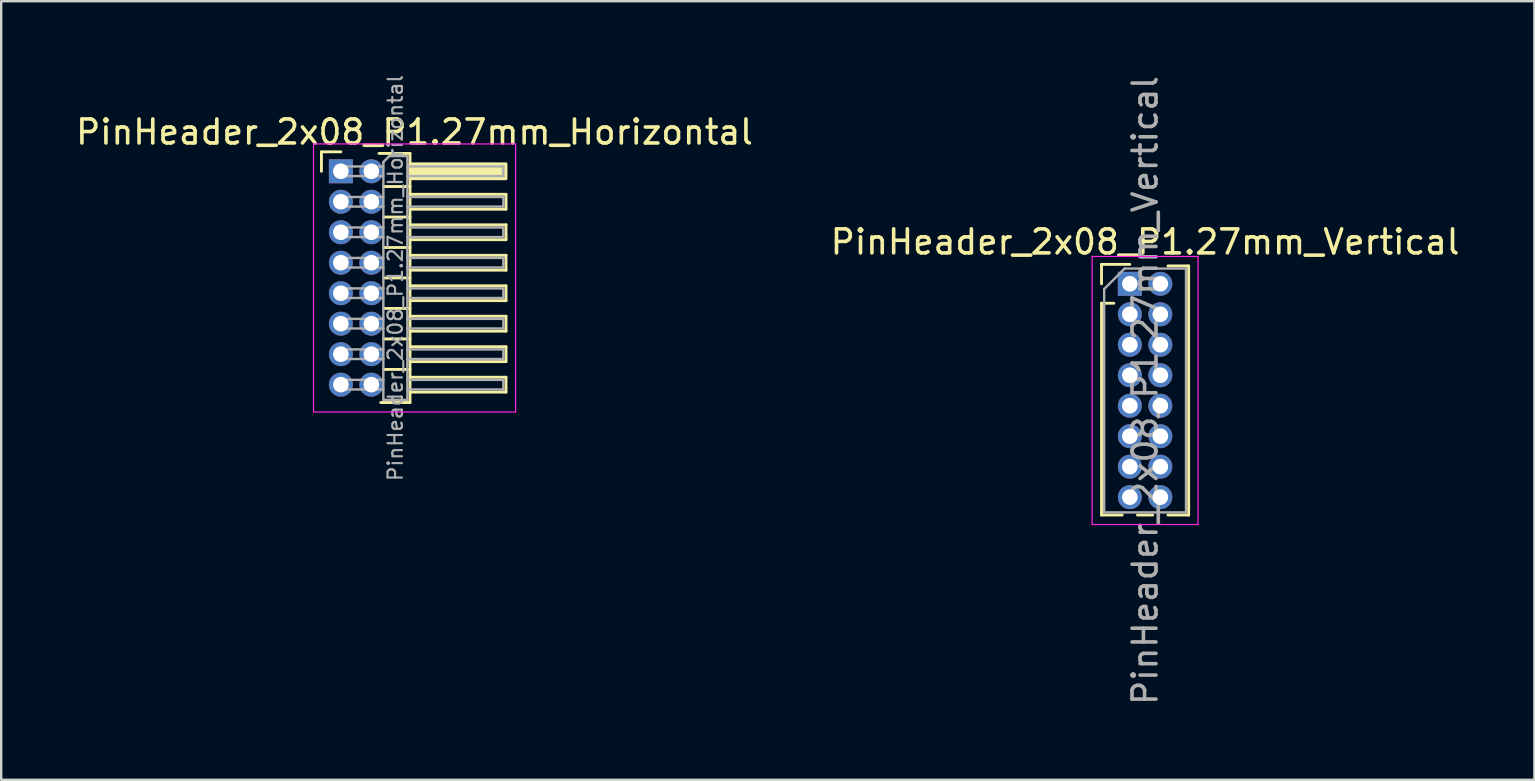
<source format=kicad_pcb>
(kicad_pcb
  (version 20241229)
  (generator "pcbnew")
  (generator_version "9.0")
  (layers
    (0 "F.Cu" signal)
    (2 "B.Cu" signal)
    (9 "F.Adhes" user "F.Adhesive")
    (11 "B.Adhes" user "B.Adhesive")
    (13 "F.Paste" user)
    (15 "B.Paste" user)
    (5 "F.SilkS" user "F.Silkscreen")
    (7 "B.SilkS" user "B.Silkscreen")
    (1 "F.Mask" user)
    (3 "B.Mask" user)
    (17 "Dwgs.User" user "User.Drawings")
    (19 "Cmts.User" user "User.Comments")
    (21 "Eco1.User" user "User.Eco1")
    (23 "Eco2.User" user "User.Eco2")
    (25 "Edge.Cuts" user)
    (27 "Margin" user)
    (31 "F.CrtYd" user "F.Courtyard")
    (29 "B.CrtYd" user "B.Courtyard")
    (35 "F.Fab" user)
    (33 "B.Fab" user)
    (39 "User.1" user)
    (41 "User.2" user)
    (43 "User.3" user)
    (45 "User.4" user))
  (footprint "PinHeader_2x08_P1.27mm_Vertical"
    (layer "F.Cu")
    (at 44.026 8.775)
    (property "Reference" "PinHeader_2x08_P1.27mm_Vertical" (at 0.635 -1.745 0) (layer "F.SilkS") (effects (font (size 1 1) (thickness 0.15))))
    (attr through_hole)
    (fp_line (start -1.18 -0.81) (end 0 -0.81) (stroke (width 0.12) (type solid)) (layer "F.SilkS"))
    (fp_line (start -1.18 0) (end -1.18 -0.81) (stroke (width 0.12) (type solid)) (layer "F.SilkS"))
    (fp_line (start -1.18 0.81) (end -1.18 9.635) (stroke (width 0.12) (type solid)) (layer "F.SilkS"))
    (fp_line (start -1.18 0.81) (end -0.667 0.81) (stroke (width 0.12) (type solid)) (layer "F.SilkS"))
    (fp_line (start -1.18 9.635) (end -0.318 9.635) (stroke (width 0.12) (type solid)) (layer "F.SilkS"))
    (fp_line (start 0.318 9.635) (end 0.952 9.635) (stroke (width 0.12) (type solid)) (layer "F.SilkS"))
    (fp_line (start 1.588 -0.745) (end 2.45 -0.745) (stroke (width 0.12) (type solid)) (layer "F.SilkS"))
    (fp_line (start 1.588 9.635) (end 2.45 9.635) (stroke (width 0.12) (type solid)) (layer "F.SilkS"))
    (fp_line (start 2.45 -0.745) (end 2.45 9.635) (stroke (width 0.12) (type solid)) (layer "F.SilkS"))
    (fp_line (start -1.57 -1.14) (end -1.57 10.03) (stroke (width 0.05) (type solid)) (layer "F.CrtYd"))
    (fp_line (start -1.57 10.03) (end 2.84 10.03) (stroke (width 0.05) (type solid)) (layer "F.CrtYd"))
    (fp_line (start 2.84 -1.14) (end -1.57 -1.14) (stroke (width 0.05) (type solid)) (layer "F.CrtYd"))
    (fp_line (start 2.84 10.03) (end 2.84 -1.14) (stroke (width 0.05) (type solid)) (layer "F.CrtYd"))
    (fp_line (start -1.07 0.217) (end -0.217 -0.635) (stroke (width 0.1) (type solid)) (layer "F.Fab"))
    (fp_line (start -1.07 9.525) (end -1.07 0.217) (stroke (width 0.1) (type solid)) (layer "F.Fab"))
    (fp_line (start -0.217 -0.635) (end 2.34 -0.635) (stroke (width 0.1) (type solid)) (layer "F.Fab"))
    (fp_line (start 2.34 -0.635) (end 2.34 9.525) (stroke (width 0.1) (type solid)) (layer "F.Fab"))
    (fp_line (start 2.34 9.525) (end -1.07 9.525) (stroke (width 0.1) (type solid)) (layer "F.Fab"))
    (fp_text user "${REFERENCE}" (at 0.635 4.445 90) (layer "F.Fab") (effects (font (size 1 1) (thickness 0.15))))
    (pad "1" thru_hole rect (at 0 0) (size 1 1) (drill 0.65) (layers "*.Cu" "*.Mask"))
    (pad "2" thru_hole circle (at 1.27 0) (size 1 1) (drill 0.65) (layers "*.Cu" "*.Mask"))
    (pad "3" thru_hole circle (at 0 1.27) (size 1 1) (drill 0.65) (layers "*.Cu" "*.Mask"))
    (pad "4" thru_hole circle (at 1.27 1.27) (size 1 1) (drill 0.65) (layers "*.Cu" "*.Mask"))
    (pad "5" thru_hole circle (at 0 2.54) (size 1 1) (drill 0.65) (layers "*.Cu" "*.Mask"))
    (pad "6" thru_hole circle (at 1.27 2.54) (size 1 1) (drill 0.65) (layers "*.Cu" "*.Mask"))
    (pad "7" thru_hole circle (at 0 3.81) (size 1 1) (drill 0.65) (layers "*.Cu" "*.Mask"))
    (pad "8" thru_hole circle (at 1.27 3.81) (size 1 1) (drill 0.65) (layers "*.Cu" "*.Mask"))
    (pad "9" thru_hole circle (at 0 5.08) (size 1 1) (drill 0.65) (layers "*.Cu" "*.Mask"))
    (pad "10" thru_hole circle (at 1.27 5.08) (size 1 1) (drill 0.65) (layers "*.Cu" "*.Mask"))
    (pad "11" thru_hole circle (at 0 6.35) (size 1 1) (drill 0.65) (layers "*.Cu" "*.Mask"))
    (pad "12" thru_hole circle (at 1.27 6.35) (size 1 1) (drill 0.65) (layers "*.Cu" "*.Mask"))
    (pad "13" thru_hole circle (at 0 7.62) (size 1 1) (drill 0.65) (layers "*.Cu" "*.Mask"))
    (pad "14" thru_hole circle (at 1.27 7.62) (size 1 1) (drill 0.65) (layers "*.Cu" "*.Mask"))
    (pad "15" thru_hole circle (at 0 8.89) (size 1 1) (drill 0.65) (layers "*.Cu" "*.Mask"))
    (pad "16" thru_hole circle (at 1.27 8.89) (size 1 1) (drill 0.65) (layers "*.Cu" "*.Mask")))
  (footprint "PinHeader_2x08_P1.27mm_Horizontal"
    (layer "F.Cu")
    (at 11.153 4.087)
    (property "Reference" "PinHeader_2x08_P1.27mm_Horizontal" (at 3.067 -1.635 0) (layer "F.SilkS") (effects (font (size 1 1) (thickness 0.15))))
    (attr through_hole)
    (fp_line (start -0.81 -0.81) (end 0 -0.81) (stroke (width 0.12) (type solid)) (layer "F.SilkS"))
    (fp_line (start -0.81 0) (end -0.81 -0.81) (stroke (width 0.12) (type solid)) (layer "F.SilkS"))
    (fp_line (start 1.588 -0.745) (end 2.88 -0.745) (stroke (width 0.12) (type solid)) (layer "F.SilkS"))
    (fp_line (start 1.773 0.635) (end 2.88 0.635) (stroke (width 0.12) (type solid)) (layer "F.SilkS"))
    (fp_line (start 1.773 1.905) (end 2.88 1.905) (stroke (width 0.12) (type solid)) (layer "F.SilkS"))
    (fp_line (start 1.773 3.175) (end 2.88 3.175) (stroke (width 0.12) (type solid)) (layer "F.SilkS"))
    (fp_line (start 1.773 4.445) (end 2.88 4.445) (stroke (width 0.12) (type solid)) (layer "F.SilkS"))
    (fp_line (start 1.773 5.715) (end 2.88 5.715) (stroke (width 0.12) (type solid)) (layer "F.SilkS"))
    (fp_line (start 1.773 6.985) (end 2.88 6.985) (stroke (width 0.12) (type solid)) (layer "F.SilkS"))
    (fp_line (start 1.773 8.255) (end 2.88 8.255) (stroke (width 0.12) (type solid)) (layer "F.SilkS"))
    (fp_line (start 2.88 -0.745) (end 2.88 9.635) (stroke (width 0.12) (type solid)) (layer "F.SilkS"))
    (fp_line (start 2.88 0.96) (end 6.88 0.96) (stroke (width 0.12) (type solid)) (layer "F.SilkS"))
    (fp_line (start 2.88 2.23) (end 6.88 2.23) (stroke (width 0.12) (type solid)) (layer "F.SilkS"))
    (fp_line (start 2.88 3.5) (end 6.88 3.5) (stroke (width 0.12) (type solid)) (layer "F.SilkS"))
    (fp_line (start 2.88 4.77) (end 6.88 4.77) (stroke (width 0.12) (type solid)) (layer "F.SilkS"))
    (fp_line (start 2.88 6.04) (end 6.88 6.04) (stroke (width 0.12) (type solid)) (layer "F.SilkS"))
    (fp_line (start 2.88 7.31) (end 6.88 7.31) (stroke (width 0.12) (type solid)) (layer "F.SilkS"))
    (fp_line (start 2.88 8.58) (end 6.88 8.58) (stroke (width 0.12) (type solid)) (layer "F.SilkS"))
    (fp_line (start 2.88 9.635) (end 1.66 9.635) (stroke (width 0.12) (type solid)) (layer "F.SilkS"))
    (fp_line (start 6.88 0.96) (end 6.88 1.58) (stroke (width 0.12) (type solid)) (layer "F.SilkS"))
    (fp_line (start 6.88 1.58) (end 2.88 1.58) (stroke (width 0.12) (type solid)) (layer "F.SilkS"))
    (fp_line (start 6.88 2.23) (end 6.88 2.85) (stroke (width 0.12) (type solid)) (layer "F.SilkS"))
    (fp_line (start 6.88 2.85) (end 2.88 2.85) (stroke (width 0.12) (type solid)) (layer "F.SilkS"))
    (fp_line (start 6.88 3.5) (end 6.88 4.12) (stroke (width 0.12) (type solid)) (layer "F.SilkS"))
    (fp_line (start 6.88 4.12) (end 2.88 4.12) (stroke (width 0.12) (type solid)) (layer "F.SilkS"))
    (fp_line (start 6.88 4.77) (end 6.88 5.39) (stroke (width 0.12) (type solid)) (layer "F.SilkS"))
    (fp_line (start 6.88 5.39) (end 2.88 5.39) (stroke (width 0.12) (type solid)) (layer "F.SilkS"))
    (fp_line (start 6.88 6.04) (end 6.88 6.66) (stroke (width 0.12) (type solid)) (layer "F.SilkS"))
    (fp_line (start 6.88 6.66) (end 2.88 6.66) (stroke (width 0.12) (type solid)) (layer "F.SilkS"))
    (fp_line (start 6.88 7.31) (end 6.88 7.93) (stroke (width 0.12) (type solid)) (layer "F.SilkS"))
    (fp_line (start 6.88 7.93) (end 2.88 7.93) (stroke (width 0.12) (type solid)) (layer "F.SilkS"))
    (fp_line (start 6.88 8.58) (end 6.88 9.2) (stroke (width 0.12) (type solid)) (layer "F.SilkS"))
    (fp_line (start 6.88 9.2) (end 2.88 9.2) (stroke (width 0.12) (type solid)) (layer "F.SilkS"))
    (fp_rect (start 2.88 -0.31) (end 6.88 0.31) (stroke (width 0.12) (type solid)) (fill yes) (layer "F.SilkS"))
    (fp_line (start -1.14 -1.14) (end -1.14 10.03) (stroke (width 0.05) (type solid)) (layer "F.CrtYd"))
    (fp_line (start -1.14 10.03) (end 7.28 10.03) (stroke (width 0.05) (type solid)) (layer "F.CrtYd"))
    (fp_line (start 7.28 -1.14) (end -1.14 -1.14) (stroke (width 0.05) (type solid)) (layer "F.CrtYd"))
    (fp_line (start 7.28 10.03) (end 7.28 -1.14) (stroke (width 0.05) (type solid)) (layer "F.CrtYd"))
    (fp_line (start -0.2 -0.2) (end -0.2 0.2) (stroke (width 0.1) (type solid)) (layer "F.Fab"))
    (fp_line (start -0.2 -0.2) (end 1.77 -0.2) (stroke (width 0.1) (type solid)) (layer "F.Fab"))
    (fp_line (start -0.2 0.2) (end 1.77 0.2) (stroke (width 0.1) (type solid)) (layer "F.Fab"))
    (fp_line (start -0.2 1.07) (end -0.2 1.47) (stroke (width 0.1) (type solid)) (layer "F.Fab"))
    (fp_line (start -0.2 1.07) (end 1.77 1.07) (stroke (width 0.1) (type solid)) (layer "F.Fab"))
    (fp_line (start -0.2 1.47) (end 1.77 1.47) (stroke (width 0.1) (type solid)) (layer "F.Fab"))
    (fp_line (start -0.2 2.34) (end -0.2 2.74) (stroke (width 0.1) (type solid)) (layer "F.Fab"))
    (fp_line (start -0.2 2.34) (end 1.77 2.34) (stroke (width 0.1) (type solid)) (layer "F.Fab"))
    (fp_line (start -0.2 2.74) (end 1.77 2.74) (stroke (width 0.1) (type solid)) (layer "F.Fab"))
    (fp_line (start -0.2 3.61) (end -0.2 4.01) (stroke (width 0.1) (type solid)) (layer "F.Fab"))
    (fp_line (start -0.2 3.61) (end 1.77 3.61) (stroke (width 0.1) (type solid)) (layer "F.Fab"))
    (fp_line (start -0.2 4.01) (end 1.77 4.01) (stroke (width 0.1) (type solid)) (layer "F.Fab"))
    (fp_line (start -0.2 4.88) (end -0.2 5.28) (stroke (width 0.1) (type solid)) (layer "F.Fab"))
    (fp_line (start -0.2 4.88) (end 1.77 4.88) (stroke (width 0.1) (type solid)) (layer "F.Fab"))
    (fp_line (start -0.2 5.28) (end 1.77 5.28) (stroke (width 0.1) (type solid)) (layer "F.Fab"))
    (fp_line (start -0.2 6.15) (end -0.2 6.55) (stroke (width 0.1) (type solid)) (layer "F.Fab"))
    (fp_line (start -0.2 6.15) (end 1.77 6.15) (stroke (width 0.1) (type solid)) (layer "F.Fab"))
    (fp_line (start -0.2 6.55) (end 1.77 6.55) (stroke (width 0.1) (type solid)) (layer "F.Fab"))
    (fp_line (start -0.2 7.42) (end -0.2 7.82) (stroke (width 0.1) (type solid)) (layer "F.Fab"))
    (fp_line (start -0.2 7.42) (end 1.77 7.42) (stroke (width 0.1) (type solid)) (layer "F.Fab"))
    (fp_line (start -0.2 7.82) (end 1.77 7.82) (stroke (width 0.1) (type solid)) (layer "F.Fab"))
    (fp_line (start -0.2 8.69) (end -0.2 9.09) (stroke (width 0.1) (type solid)) (layer "F.Fab"))
    (fp_line (start -0.2 8.69) (end 1.77 8.69) (stroke (width 0.1) (type solid)) (layer "F.Fab"))
    (fp_line (start -0.2 9.09) (end 1.77 9.09) (stroke (width 0.1) (type solid)) (layer "F.Fab"))
    (fp_line (start 1.77 -0.385) (end 2.02 -0.635) (stroke (width 0.1) (type solid)) (layer "F.Fab"))
    (fp_line (start 1.77 9.525) (end 1.77 -0.385) (stroke (width 0.1) (type solid)) (layer "F.Fab"))
    (fp_line (start 2.02 -0.635) (end 2.77 -0.635) (stroke (width 0.1) (type solid)) (layer "F.Fab"))
    (fp_line (start 2.77 -0.635) (end 2.77 9.525) (stroke (width 0.1) (type solid)) (layer "F.Fab"))
    (fp_line (start 2.77 -0.2) (end 6.77 -0.2) (stroke (width 0.1) (type solid)) (layer "F.Fab"))
    (fp_line (start 2.77 0.2) (end 6.77 0.2) (stroke (width 0.1) (type solid)) (layer "F.Fab"))
    (fp_line (start 2.77 1.07) (end 6.77 1.07) (stroke (width 0.1) (type solid)) (layer "F.Fab"))
    (fp_line (start 2.77 1.47) (end 6.77 1.47) (stroke (width 0.1) (type solid)) (layer "F.Fab"))
    (fp_line (start 2.77 2.34) (end 6.77 2.34) (stroke (width 0.1) (type solid)) (layer "F.Fab"))
    (fp_line (start 2.77 2.74) (end 6.77 2.74) (stroke (width 0.1) (type solid)) (layer "F.Fab"))
    (fp_line (start 2.77 3.61) (end 6.77 3.61) (stroke (width 0.1) (type solid)) (layer "F.Fab"))
    (fp_line (start 2.77 4.01) (end 6.77 4.01) (stroke (width 0.1) (type solid)) (layer "F.Fab"))
    (fp_line (start 2.77 4.88) (end 6.77 4.88) (stroke (width 0.1) (type solid)) (layer "F.Fab"))
    (fp_line (start 2.77 5.28) (end 6.77 5.28) (stroke (width 0.1) (type solid)) (layer "F.Fab"))
    (fp_line (start 2.77 6.15) (end 6.77 6.15) (stroke (width 0.1) (type solid)) (layer "F.Fab"))
    (fp_line (start 2.77 6.55) (end 6.77 6.55) (stroke (width 0.1) (type solid)) (layer "F.Fab"))
    (fp_line (start 2.77 7.42) (end 6.77 7.42) (stroke (width 0.1) (type solid)) (layer "F.Fab"))
    (fp_line (start 2.77 7.82) (end 6.77 7.82) (stroke (width 0.1) (type solid)) (layer "F.Fab"))
    (fp_line (start 2.77 8.69) (end 6.77 8.69) (stroke (width 0.1) (type solid)) (layer "F.Fab"))
    (fp_line (start 2.77 9.09) (end 6.77 9.09) (stroke (width 0.1) (type solid)) (layer "F.Fab"))
    (fp_line (start 2.77 9.525) (end 1.77 9.525) (stroke (width 0.1) (type solid)) (layer "F.Fab"))
    (fp_line (start 6.77 -0.2) (end 6.77 0.2) (stroke (width 0.1) (type solid)) (layer "F.Fab"))
    (fp_line (start 6.77 1.07) (end 6.77 1.47) (stroke (width 0.1) (type solid)) (layer "F.Fab"))
    (fp_line (start 6.77 2.34) (end 6.77 2.74) (stroke (width 0.1) (type solid)) (layer "F.Fab"))
    (fp_line (start 6.77 3.61) (end 6.77 4.01) (stroke (width 0.1) (type solid)) (layer "F.Fab"))
    (fp_line (start 6.77 4.88) (end 6.77 5.28) (stroke (width 0.1) (type solid)) (layer "F.Fab"))
    (fp_line (start 6.77 6.15) (end 6.77 6.55) (stroke (width 0.1) (type solid)) (layer "F.Fab"))
    (fp_line (start 6.77 7.42) (end 6.77 7.82) (stroke (width 0.1) (type solid)) (layer "F.Fab"))
    (fp_line (start 6.77 8.69) (end 6.77 9.09) (stroke (width 0.1) (type solid)) (layer "F.Fab"))
    (fp_text user "${REFERENCE}" (at 2.27 4.445 90) (layer "F.Fab") (effects (font (size 0.6 0.6) (thickness 0.09))))
    (pad "1" thru_hole rect (at 0 0) (size 1 1) (drill 0.65) (layers "*.Cu" "*.Mask"))
    (pad "2" thru_hole circle (at 1.27 0) (size 1 1) (drill 0.65) (layers "*.Cu" "*.Mask"))
    (pad "3" thru_hole circle (at 0 1.27) (size 1 1) (drill 0.65) (layers "*.Cu" "*.Mask"))
    (pad "4" thru_hole circle (at 1.27 1.27) (size 1 1) (drill 0.65) (layers "*.Cu" "*.Mask"))
    (pad "5" thru_hole circle (at 0 2.54) (size 1 1) (drill 0.65) (layers "*.Cu" "*.Mask"))
    (pad "6" thru_hole circle (at 1.27 2.54) (size 1 1) (drill 0.65) (layers "*.Cu" "*.Mask"))
    (pad "7" thru_hole circle (at 0 3.81) (size 1 1) (drill 0.65) (layers "*.Cu" "*.Mask"))
    (pad "8" thru_hole circle (at 1.27 3.81) (size 1 1) (drill 0.65) (layers "*.Cu" "*.Mask"))
    (pad "9" thru_hole circle (at 0 5.08) (size 1 1) (drill 0.65) (layers "*.Cu" "*.Mask"))
    (pad "10" thru_hole circle (at 1.27 5.08) (size 1 1) (drill 0.65) (layers "*.Cu" "*.Mask"))
    (pad "11" thru_hole circle (at 0 6.35) (size 1 1) (drill 0.65) (layers "*.Cu" "*.Mask"))
    (pad "12" thru_hole circle (at 1.27 6.35) (size 1 1) (drill 0.65) (layers "*.Cu" "*.Mask"))
    (pad "13" thru_hole circle (at 0 7.62) (size 1 1) (drill 0.65) (layers "*.Cu" "*.Mask"))
    (pad "14" thru_hole circle (at 1.27 7.62) (size 1 1) (drill 0.65) (layers "*.Cu" "*.Mask"))
    (pad "15" thru_hole circle (at 0 8.89) (size 1 1) (drill 0.65) (layers "*.Cu" "*.Mask"))
    (pad "16" thru_hole circle (at 1.27 8.89) (size 1 1) (drill 0.65) (layers "*.Cu" "*.Mask")))
  (gr_rect
    (start -3 -3)
    (end 60.881 29.44)
    (stroke (width 0.1) (type default))
    (fill no)
    (layer "Edge.Cuts")))
</source>
